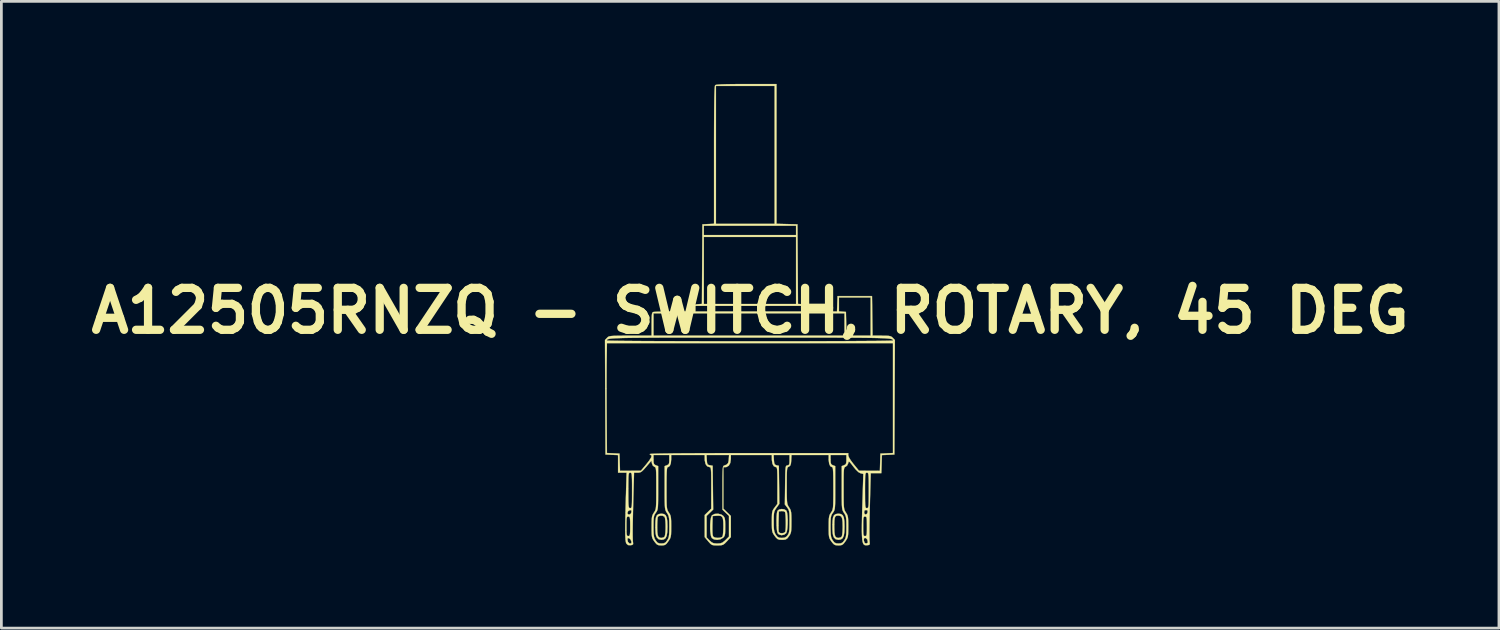
<source format=kicad_pcb>
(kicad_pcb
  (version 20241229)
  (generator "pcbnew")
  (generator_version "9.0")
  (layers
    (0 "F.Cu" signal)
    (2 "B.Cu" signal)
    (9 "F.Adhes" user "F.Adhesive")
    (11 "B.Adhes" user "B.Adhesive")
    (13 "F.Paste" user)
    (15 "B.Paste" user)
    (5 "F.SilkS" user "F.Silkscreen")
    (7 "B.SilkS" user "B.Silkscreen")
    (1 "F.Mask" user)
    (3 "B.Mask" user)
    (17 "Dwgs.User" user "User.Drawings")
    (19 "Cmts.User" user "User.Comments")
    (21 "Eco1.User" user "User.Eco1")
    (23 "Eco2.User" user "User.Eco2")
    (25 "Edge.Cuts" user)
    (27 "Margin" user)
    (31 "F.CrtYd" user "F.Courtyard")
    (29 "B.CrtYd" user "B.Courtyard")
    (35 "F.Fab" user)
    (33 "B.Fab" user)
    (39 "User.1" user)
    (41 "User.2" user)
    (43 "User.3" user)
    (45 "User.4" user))
  (footprint "A12505RNZQ - SWITCH, ROTARY, 45 DEG"
    (layer "F.Cu")
    (at 24.185 8.37)
    (property "Reference" "A12505RNZQ - SWITCH, ROTARY, 45 DEG" (at 0.025 -0.125 0) (layer "F.SilkS") (effects (font (size 1.524 1.524) (thickness 0.3))))
    (attr through_hole)
    (fp_poly (pts (xy 1.266 7.089) (xy 1.338 7.133) (xy 1.341 7.137) (xy 1.366 7.207) (xy 1.382 7.324) (xy 1.39 7.469) (xy 1.388 7.624) (xy 1.378 7.77) (xy 1.36 7.886) (xy 1.336 7.951) (xy 1.261 8.01) (xy 1.164 8.028) (xy 1.073 8.004) (xy 1.024 7.959) (xy 1.005 7.893) (xy 0.991 7.779) (xy 0.986 7.668) (xy 1.055 7.668) (xy 1.056 7.796) (xy 1.06 7.884) (xy 1.064 7.914) (xy 1.109 7.949) (xy 1.184 7.958) (xy 1.258 7.942) (xy 1.3 7.905) (xy 1.311 7.841) (xy 1.318 7.732) (xy 1.32 7.598) (xy 1.318 7.456) (xy 1.312 7.328) (xy 1.303 7.23) (xy 1.291 7.185) (xy 1.238 7.155) (xy 1.165 7.152) (xy 1.067 7.163) (xy 1.057 7.516) (xy 1.055 7.668) (xy 0.986 7.668) (xy 0.984 7.635) (xy 0.982 7.48) (xy 0.987 7.335) (xy 0.999 7.216) (xy 1.017 7.145) (xy 1.017 7.144) (xy 1.077 7.095) (xy 1.169 7.077) (xy 1.266 7.089)) (stroke (width 0.01) (type solid)) (fill yes) (layer "F.SilkS"))
    (fp_poly (pts (xy -3.104 7.261) (xy -3.044 7.306) (xy -3.006 7.392) (xy -2.986 7.528) (xy -2.98 7.713) (xy -2.987 7.91) (xy -3.008 8.048) (xy -3.049 8.136) (xy -3.112 8.182) (xy -3.2 8.196) (xy -3.301 8.175) (xy -3.366 8.112) (xy -3.394 8.048) (xy -3.411 7.952) (xy -3.419 7.809) (xy -3.42 7.735) (xy -3.353 7.735) (xy -3.349 7.906) (xy -3.335 8.021) (xy -3.306 8.089) (xy -3.258 8.121) (xy -3.2 8.128) (xy -3.123 8.11) (xy -3.089 8.087) (xy -3.069 8.033) (xy -3.055 7.931) (xy -3.048 7.799) (xy -3.048 7.657) (xy -3.054 7.524) (xy -3.067 7.418) (xy -3.086 7.358) (xy -3.089 7.356) (xy -3.156 7.322) (xy -3.24 7.318) (xy -3.31 7.342) (xy -3.332 7.369) (xy -3.341 7.425) (xy -3.348 7.531) (xy -3.352 7.667) (xy -3.353 7.735) (xy -3.42 7.735) (xy -3.421 7.694) (xy -3.416 7.51) (xy -3.398 7.383) (xy -3.362 7.304) (xy -3.303 7.262) (xy -3.216 7.248) (xy -3.191 7.247) (xy -3.104 7.261)) (stroke (width 0.01) (type solid)) (fill yes) (layer "F.SilkS"))
    (fp_poly (pts (xy 3.33 7.261) (xy 3.391 7.306) (xy 3.429 7.392) (xy 3.449 7.528) (xy 3.454 7.713) (xy 3.448 7.91) (xy 3.427 8.048) (xy 3.386 8.136) (xy 3.322 8.182) (xy 3.234 8.196) (xy 3.133 8.175) (xy 3.069 8.112) (xy 3.041 8.048) (xy 3.024 7.952) (xy 3.015 7.809) (xy 3.015 7.735) (xy 3.082 7.735) (xy 3.086 7.906) (xy 3.1 8.021) (xy 3.129 8.089) (xy 3.177 8.121) (xy 3.234 8.128) (xy 3.312 8.11) (xy 3.346 8.087) (xy 3.368 8.029) (xy 3.381 7.91) (xy 3.387 7.737) (xy 3.387 7.722) (xy 3.383 7.548) (xy 3.37 7.432) (xy 3.343 7.361) (xy 3.297 7.326) (xy 3.228 7.315) (xy 3.214 7.315) (xy 3.159 7.321) (xy 3.121 7.347) (xy 3.098 7.404) (xy 3.086 7.502) (xy 3.082 7.652) (xy 3.082 7.735) (xy 3.015 7.735) (xy 3.014 7.694) (xy 3.019 7.51) (xy 3.037 7.383) (xy 3.073 7.304) (xy 3.132 7.262) (xy 3.219 7.248) (xy 3.243 7.247) (xy 3.33 7.261)) (stroke (width 0.01) (type solid)) (fill yes) (layer "F.SilkS"))
    (fp_poly (pts (xy -1.024 7.278) (xy -0.954 7.326) (xy -0.919 7.371) (xy -0.897 7.425) (xy -0.886 7.506) (xy -0.881 7.629) (xy -0.881 7.726) (xy -0.882 7.879) (xy -0.888 7.98) (xy -0.903 8.046) (xy -0.929 8.091) (xy -0.959 8.122) (xy -1.056 8.177) (xy -1.175 8.197) (xy -1.289 8.181) (xy -1.366 8.134) (xy -1.397 8.065) (xy -1.417 7.948) (xy -1.422 7.876) (xy -1.348 7.876) (xy -1.339 8.009) (xy -1.32 8.078) (xy -1.318 8.081) (xy -1.255 8.114) (xy -1.159 8.127) (xy -1.06 8.119) (xy -0.991 8.089) (xy -0.989 8.087) (xy -0.967 8.029) (xy -0.954 7.91) (xy -0.948 7.736) (xy -0.948 7.719) (xy -0.951 7.545) (xy -0.965 7.429) (xy -0.996 7.359) (xy -1.049 7.326) (xy -1.133 7.319) (xy -1.191 7.322) (xy -1.338 7.332) (xy -1.347 7.683) (xy -1.348 7.876) (xy -1.422 7.876) (xy -1.427 7.804) (xy -1.427 7.65) (xy -1.417 7.504) (xy -1.397 7.385) (xy -1.367 7.311) (xy -1.36 7.304) (xy -1.263 7.256) (xy -1.141 7.248) (xy -1.024 7.278)) (stroke (width 0.01) (type solid)) (fill yes) (layer "F.SilkS"))
    (fp_poly (pts (xy 0.982 -3.287) (xy 1.744 -3.268) (xy 1.753 -1.822) (xy 1.762 -0.376) (xy 1.905 -0.366) (xy 1.996 -0.356) (xy 2.039 -0.33) (xy 2.055 -0.271) (xy 2.059 -0.229) (xy 2.07 -0.102) (xy 3.181 -0.102) (xy 3.191 -0.381) (xy 3.199 -0.61) (xy 3.251 -0.61) (xy 3.251 -0.106) (xy 3.505 -0.085) (xy 3.515 0.347) (xy 3.524 0.779) (xy 4.403 0.779) (xy 4.403 -0.61) (xy 3.251 -0.61) (xy 3.199 -0.61) (xy 3.2 -0.66) (xy 4.453 -0.66) (xy 4.463 0.059) (xy 4.472 0.779) (xy 4.804 0.779) (xy 4.959 0.78) (xy 5.062 0.786) (xy 5.129 0.8) (xy 5.175 0.825) (xy 5.21 0.858) (xy 5.284 0.936) (xy 5.275 3.017) (xy 5.266 5.097) (xy 5.039 5.107) (xy 4.811 5.117) (xy 4.802 5.446) (xy 4.792 5.774) (xy 4.6 5.774) (xy 4.407 5.773) (xy 4.386 6.502) (xy 4.375 6.938) (xy 4.366 7.317) (xy 4.36 7.639) (xy 4.358 7.899) (xy 4.359 8.098) (xy 4.363 8.233) (xy 4.369 8.297) (xy 4.372 8.357) (xy 4.336 8.384) (xy 4.281 8.392) (xy 4.233 8.395) (xy 4.192 8.389) (xy 4.159 8.369) (xy 4.132 8.331) (xy 4.112 8.268) (xy 4.101 8.2) (xy 4.155 8.2) (xy 4.158 8.23) (xy 4.185 8.308) (xy 4.237 8.331) (xy 4.29 8.31) (xy 4.301 8.283) (xy 4.282 8.187) (xy 4.231 8.134) (xy 4.202 8.128) (xy 4.162 8.143) (xy 4.155 8.2) (xy 4.101 8.2) (xy 4.097 8.176) (xy 4.088 8.05) (xy 4.084 7.884) (xy 4.085 7.705) (xy 4.132 7.705) (xy 4.133 7.863) (xy 4.137 7.966) (xy 4.146 8.025) (xy 4.164 8.053) (xy 4.191 8.06) (xy 4.199 8.06) (xy 4.23 8.056) (xy 4.249 8.034) (xy 4.261 7.984) (xy 4.266 7.893) (xy 4.267 7.749) (xy 4.267 7.705) (xy 4.266 7.546) (xy 4.262 7.443) (xy 4.253 7.384) (xy 4.235 7.357) (xy 4.208 7.349) (xy 4.199 7.349) (xy 4.169 7.354) (xy 4.15 7.375) (xy 4.138 7.425) (xy 4.133 7.516) (xy 4.132 7.66) (xy 4.132 7.705) (xy 4.085 7.705) (xy 4.085 7.674) (xy 4.089 7.413) (xy 4.095 7.199) (xy 4.166 7.199) (xy 4.185 7.262) (xy 4.228 7.277) (xy 4.273 7.246) (xy 4.295 7.188) (xy 4.288 7.128) (xy 4.236 7.112) (xy 4.236 7.112) (xy 4.182 7.13) (xy 4.166 7.195) (xy 4.166 7.199) (xy 4.095 7.199) (xy 4.097 7.098) (xy 4.109 6.723) (xy 4.115 6.533) (xy 4.119 6.401) (xy 4.199 6.401) (xy 4.2 6.624) (xy 4.201 6.789) (xy 4.205 6.904) (xy 4.212 6.978) (xy 4.222 7.02) (xy 4.238 7.039) (xy 4.26 7.044) (xy 4.267 7.044) (xy 4.291 7.041) (xy 4.308 7.027) (xy 4.32 6.992) (xy 4.328 6.928) (xy 4.332 6.826) (xy 4.334 6.676) (xy 4.335 6.47) (xy 4.335 6.401) (xy 4.335 6.177) (xy 4.333 6.013) (xy 4.329 5.898) (xy 4.323 5.824) (xy 4.312 5.782) (xy 4.296 5.763) (xy 4.274 5.757) (xy 4.267 5.757) (xy 4.244 5.76) (xy 4.226 5.774) (xy 4.214 5.809) (xy 4.206 5.873) (xy 4.202 5.976) (xy 4.2 6.126) (xy 4.199 6.332) (xy 4.199 6.401) (xy 4.119 6.401) (xy 4.137 5.801) (xy 4.041 5.78) (xy 3.96 5.737) (xy 3.859 5.639) (xy 3.776 5.537) (xy 3.693 5.429) (xy 3.642 5.37) (xy 3.613 5.352) (xy 3.598 5.37) (xy 3.59 5.409) (xy 3.549 5.495) (xy 3.497 5.537) (xy 3.472 5.549) (xy 3.453 5.568) (xy 3.44 5.601) (xy 3.431 5.658) (xy 3.425 5.746) (xy 3.422 5.875) (xy 3.421 6.054) (xy 3.421 6.291) (xy 3.421 6.326) (xy 3.421 6.571) (xy 3.422 6.758) (xy 3.425 6.896) (xy 3.431 6.996) (xy 3.441 7.067) (xy 3.455 7.118) (xy 3.475 7.16) (xy 3.502 7.201) (xy 3.505 7.206) (xy 3.542 7.266) (xy 3.567 7.326) (xy 3.581 7.401) (xy 3.588 7.508) (xy 3.59 7.662) (xy 3.59 7.715) (xy 3.589 7.883) (xy 3.584 7.999) (xy 3.573 8.081) (xy 3.551 8.144) (xy 3.516 8.205) (xy 3.487 8.249) (xy 3.421 8.337) (xy 3.366 8.381) (xy 3.297 8.397) (xy 3.233 8.399) (xy 3.138 8.393) (xy 3.075 8.367) (xy 3.015 8.305) (xy 2.98 8.258) (xy 2.937 8.195) (xy 2.908 8.139) (xy 2.891 8.074) (xy 2.882 7.984) (xy 2.879 7.854) (xy 2.879 7.724) (xy 2.88 7.552) (xy 2.885 7.432) (xy 2.896 7.349) (xy 2.916 7.286) (xy 2.948 7.229) (xy 2.963 7.206) (xy 2.991 7.165) (xy 3.011 7.124) (xy 3.026 7.075) (xy 3.037 7.007) (xy 3.043 6.912) (xy 3.046 6.779) (xy 3.048 6.6) (xy 3.048 6.364) (xy 3.048 6.318) (xy 3.047 6.067) (xy 3.045 5.877) (xy 3.041 5.739) (xy 3.035 5.645) (xy 3.026 5.588) (xy 3.013 5.561) (xy 2.998 5.554) (xy 2.938 5.523) (xy 2.897 5.434) (xy 2.879 5.297) (xy 2.879 5.268) (xy 2.879 5.114) (xy 2.946 5.114) (xy 2.946 5.284) (xy 2.95 5.388) (xy 2.969 5.446) (xy 3.009 5.477) (xy 3.031 5.486) (xy 3.116 5.519) (xy 3.116 6.309) (xy 3.116 6.56) (xy 3.115 6.752) (xy 3.112 6.896) (xy 3.106 6.999) (xy 3.098 7.072) (xy 3.084 7.123) (xy 3.066 7.163) (xy 3.042 7.199) (xy 3.031 7.214) (xy 2.994 7.269) (xy 2.97 7.324) (xy 2.955 7.396) (xy 2.949 7.5) (xy 2.946 7.65) (xy 2.946 7.712) (xy 2.948 7.884) (xy 2.954 8.004) (xy 2.966 8.089) (xy 2.988 8.153) (xy 3.022 8.212) (xy 3.023 8.213) (xy 3.083 8.291) (xy 3.148 8.324) (xy 3.234 8.33) (xy 3.329 8.322) (xy 3.392 8.284) (xy 3.446 8.213) (xy 3.48 8.153) (xy 3.502 8.088) (xy 3.515 8.002) (xy 3.521 7.88) (xy 3.522 7.72) (xy 3.521 7.552) (xy 3.515 7.436) (xy 3.503 7.354) (xy 3.48 7.292) (xy 3.445 7.233) (xy 3.437 7.221) (xy 3.411 7.18) (xy 3.39 7.14) (xy 3.375 7.091) (xy 3.365 7.025) (xy 3.358 6.932) (xy 3.355 6.802) (xy 3.353 6.626) (xy 3.353 6.395) (xy 3.353 6.307) (xy 3.353 5.519) (xy 3.437 5.486) (xy 3.488 5.459) (xy 3.514 5.413) (xy 3.522 5.328) (xy 3.522 5.284) (xy 3.522 5.114) (xy 2.946 5.114) (xy 2.879 5.114) (xy 1.527 5.114) (xy 1.517 5.309) (xy 1.507 5.424) (xy 1.487 5.49) (xy 1.451 5.527) (xy 1.431 5.537) (xy 1.405 5.55) (xy 1.385 5.57) (xy 1.372 5.606) (xy 1.363 5.668) (xy 1.358 5.764) (xy 1.355 5.904) (xy 1.355 6.097) (xy 1.355 6.232) (xy 1.355 6.459) (xy 1.357 6.63) (xy 1.361 6.754) (xy 1.368 6.841) (xy 1.38 6.904) (xy 1.399 6.951) (xy 1.424 6.994) (xy 1.439 7.018) (xy 1.476 7.076) (xy 1.5 7.135) (xy 1.514 7.208) (xy 1.522 7.312) (xy 1.524 7.462) (xy 1.524 7.54) (xy 1.523 7.713) (xy 1.518 7.833) (xy 1.508 7.916) (xy 1.488 7.978) (xy 1.456 8.035) (xy 1.435 8.067) (xy 1.373 8.146) (xy 1.315 8.184) (xy 1.231 8.195) (xy 1.184 8.196) (xy 1.084 8.191) (xy 1.019 8.167) (xy 0.96 8.11) (xy 0.917 8.054) (xy 0.872 7.989) (xy 0.842 7.932) (xy 0.824 7.866) (xy 0.816 7.775) (xy 0.813 7.643) (xy 0.813 7.535) (xy 0.814 7.369) (xy 0.818 7.255) (xy 0.83 7.176) (xy 0.851 7.117) (xy 0.886 7.061) (xy 0.913 7.025) (xy 1.014 6.892) (xy 1.015 6.223) (xy 1.015 5.993) (xy 1.013 5.822) (xy 1.009 5.702) (xy 1.002 5.623) (xy 0.992 5.578) (xy 0.977 5.558) (xy 0.96 5.554) (xy 0.886 5.523) (xy 0.836 5.435) (xy 0.814 5.299) (xy 0.814 5.275) (xy 0.813 5.114) (xy 0.877 5.114) (xy 0.887 5.29) (xy 0.897 5.396) (xy 0.917 5.452) (xy 0.956 5.479) (xy 0.982 5.487) (xy 1.067 5.506) (xy 1.076 6.198) (xy 1.085 6.889) (xy 0.983 7.031) (xy 0.937 7.098) (xy 0.908 7.158) (xy 0.891 7.228) (xy 0.883 7.324) (xy 0.881 7.465) (xy 0.881 7.533) (xy 0.882 7.7) (xy 0.889 7.816) (xy 0.904 7.898) (xy 0.929 7.962) (xy 0.957 8.01) (xy 1.016 8.087) (xy 1.08 8.12) (xy 1.175 8.128) (xy 1.276 8.119) (xy 1.342 8.082) (xy 1.386 8.03) (xy 1.417 7.979) (xy 1.437 7.919) (xy 1.449 7.836) (xy 1.455 7.714) (xy 1.456 7.54) (xy 1.456 7.533) (xy 1.455 7.361) (xy 1.451 7.242) (xy 1.44 7.16) (xy 1.421 7.101) (xy 1.391 7.051) (xy 1.371 7.023) (xy 1.286 6.912) (xy 1.295 6.207) (xy 1.298 5.972) (xy 1.301 5.796) (xy 1.306 5.671) (xy 1.313 5.587) (xy 1.323 5.535) (xy 1.338 5.508) (xy 1.358 5.497) (xy 1.38 5.493) (xy 1.424 5.479) (xy 1.447 5.443) (xy 1.455 5.368) (xy 1.456 5.298) (xy 1.456 5.114) (xy 0.877 5.114) (xy 0.813 5.114) (xy -0.677 5.114) (xy -0.677 5.259) (xy -0.697 5.401) (xy -0.751 5.501) (xy -0.834 5.551) (xy -0.866 5.554) (xy -0.948 5.554) (xy -0.948 7.064) (xy -0.813 7.197) (xy -0.677 7.329) (xy -0.677 8.096) (xy -0.817 8.247) (xy -0.898 8.331) (xy -0.961 8.376) (xy -1.034 8.395) (xy -1.143 8.399) (xy -1.166 8.399) (xy -1.282 8.397) (xy -1.357 8.382) (xy -1.415 8.344) (xy -1.482 8.27) (xy -1.5 8.249) (xy -1.626 8.098) (xy -1.626 7.696) (xy -1.626 7.295) (xy -1.507 7.18) (xy -1.389 7.065) (xy -1.389 6.309) (xy -1.389 6.064) (xy -1.39 5.879) (xy -1.393 5.745) (xy -1.399 5.653) (xy -1.407 5.597) (xy -1.42 5.567) (xy -1.436 5.556) (xy -1.451 5.554) (xy -1.538 5.524) (xy -1.598 5.438) (xy -1.625 5.306) (xy -1.626 5.272) (xy -1.626 5.114) (xy -1.561 5.114) (xy -1.551 5.291) (xy -1.542 5.396) (xy -1.524 5.451) (xy -1.486 5.476) (xy -1.439 5.487) (xy -1.338 5.504) (xy -1.329 6.301) (xy -1.32 7.098) (xy -1.439 7.213) (xy -1.558 7.328) (xy -1.558 8.108) (xy -1.45 8.22) (xy -1.372 8.289) (xy -1.297 8.322) (xy -1.192 8.331) (xy -1.172 8.331) (xy -1.062 8.325) (xy -0.984 8.298) (xy -0.904 8.235) (xy -0.873 8.206) (xy -0.745 8.08) (xy -0.745 7.328) (xy -0.864 7.214) (xy -0.982 7.099) (xy -0.982 6.308) (xy -0.982 6.056) (xy -0.98 5.863) (xy -0.977 5.722) (xy -0.972 5.623) (xy -0.963 5.56) (xy -0.951 5.523) (xy -0.935 5.505) (xy -0.923 5.5) (xy -0.827 5.461) (xy -0.776 5.405) (xy -0.755 5.311) (xy -0.752 5.271) (xy -0.741 5.114) (xy -1.561 5.114) (xy -1.626 5.114) (xy -2.845 5.114) (xy -2.845 5.268) (xy -2.858 5.413) (xy -2.895 5.511) (xy -2.952 5.553) (xy -2.965 5.554) (xy -2.981 5.563) (xy -2.993 5.594) (xy -3.002 5.655) (xy -3.008 5.754) (xy -3.012 5.899) (xy -3.014 6.097) (xy -3.014 6.318) (xy -3.014 6.564) (xy -3.013 6.753) (xy -3.01 6.892) (xy -3.004 6.993) (xy -2.994 7.065) (xy -2.98 7.116) (xy -2.961 7.158) (xy -2.935 7.199) (xy -2.929 7.206) (xy -2.892 7.266) (xy -2.868 7.326) (xy -2.854 7.401) (xy -2.847 7.508) (xy -2.845 7.662) (xy -2.845 7.715) (xy -2.846 7.883) (xy -2.85 7.999) (xy -2.862 8.081) (xy -2.883 8.144) (xy -2.918 8.205) (xy -2.948 8.249) (xy -3.013 8.337) (xy -3.068 8.381) (xy -3.137 8.397) (xy -3.202 8.399) (xy -3.296 8.393) (xy -3.36 8.367) (xy -3.419 8.305) (xy -3.454 8.258) (xy -3.498 8.195) (xy -3.527 8.139) (xy -3.544 8.074) (xy -3.553 7.984) (xy -3.556 7.854) (xy -3.556 7.724) (xy -3.555 7.552) (xy -3.55 7.432) (xy -3.539 7.349) (xy -3.518 7.286) (xy -3.486 7.229) (xy -3.471 7.206) (xy -3.444 7.164) (xy -3.423 7.124) (xy -3.408 7.074) (xy -3.398 7.007) (xy -3.392 6.911) (xy -3.388 6.778) (xy -3.387 6.598) (xy -3.387 6.361) (xy -3.387 6.322) (xy -3.387 6.076) (xy -3.388 5.89) (xy -3.391 5.754) (xy -3.396 5.661) (xy -3.405 5.602) (xy -3.418 5.568) (xy -3.435 5.552) (xy -3.455 5.544) (xy -3.515 5.496) (xy -3.543 5.424) (xy -3.564 5.321) (xy -3.75 5.539) (xy -3.845 5.647) (xy -3.914 5.712) (xy -3.971 5.745) (xy -4.032 5.756) (xy -4.066 5.757) (xy -4.195 5.757) (xy -4.216 6.511) (xy -4.227 6.94) (xy -4.235 7.305) (xy -4.241 7.608) (xy -4.244 7.853) (xy -4.244 8.041) (xy -4.241 8.177) (xy -4.236 8.262) (xy -4.233 8.28) (xy -4.228 8.351) (xy -4.258 8.382) (xy -4.324 8.392) (xy -4.412 8.387) (xy -4.467 8.34) (xy -4.476 8.325) (xy -4.49 8.286) (xy -4.501 8.223) (xy -4.505 8.174) (xy -4.437 8.174) (xy -4.417 8.272) (xy -4.364 8.326) (xy -4.334 8.331) (xy -4.293 8.319) (xy -4.29 8.272) (xy -4.298 8.238) (xy -4.331 8.174) (xy -4.378 8.136) (xy -4.419 8.134) (xy -4.437 8.174) (xy -4.505 8.174) (xy -4.509 8.129) (xy -4.514 8) (xy -4.515 7.831) (xy -4.514 7.705) (xy -4.47 7.705) (xy -4.47 7.863) (xy -4.465 7.966) (xy -4.456 8.025) (xy -4.439 8.053) (xy -4.411 8.06) (xy -4.403 8.06) (xy -4.372 8.056) (xy -4.353 8.034) (xy -4.342 7.984) (xy -4.336 7.893) (xy -4.335 7.749) (xy -4.335 7.705) (xy -4.336 7.546) (xy -4.34 7.443) (xy -4.349 7.384) (xy -4.367 7.357) (xy -4.394 7.349) (xy -4.403 7.349) (xy -4.433 7.354) (xy -4.452 7.375) (xy -4.464 7.425) (xy -4.469 7.516) (xy -4.47 7.66) (xy -4.47 7.705) (xy -4.514 7.705) (xy -4.514 7.616) (xy -4.509 7.351) (xy -4.505 7.202) (xy -4.433 7.202) (xy -4.427 7.254) (xy -4.383 7.281) (xy -4.375 7.281) (xy -4.315 7.252) (xy -4.292 7.195) (xy -4.289 7.133) (xy -4.322 7.116) (xy -4.348 7.119) (xy -4.405 7.149) (xy -4.433 7.202) (xy -4.505 7.202) (xy -4.501 7.029) (xy -4.491 6.646) (xy -4.487 6.528) (xy -4.484 6.401) (xy -4.403 6.401) (xy -4.402 6.624) (xy -4.401 6.789) (xy -4.397 6.904) (xy -4.39 6.978) (xy -4.38 7.02) (xy -4.364 7.039) (xy -4.342 7.044) (xy -4.335 7.044) (xy -4.311 7.041) (xy -4.294 7.027) (xy -4.282 6.992) (xy -4.274 6.928) (xy -4.27 6.826) (xy -4.268 6.676) (xy -4.267 6.47) (xy -4.267 6.401) (xy -4.267 6.177) (xy -4.269 6.013) (xy -4.273 5.898) (xy -4.279 5.824) (xy -4.29 5.782) (xy -4.306 5.763) (xy -4.328 5.757) (xy -4.335 5.757) (xy -4.358 5.76) (xy -4.376 5.774) (xy -4.388 5.809) (xy -4.396 5.873) (xy -4.4 5.976) (xy -4.402 6.126) (xy -4.403 6.332) (xy -4.403 6.401) (xy -4.484 6.401) (xy -4.465 5.757) (xy -4.775 5.757) (xy -4.775 5.117) (xy -5.004 5.107) (xy -5.232 5.097) (xy -5.241 3.017) (xy -5.244 2.385) (xy -5.193 2.385) (xy -5.193 2.696) (xy -5.192 3.025) (xy -5.191 3.361) (xy -5.189 3.681) (xy -5.18 5.043) (xy -4.952 5.053) (xy -4.724 5.063) (xy -4.715 5.376) (xy -4.705 5.69) (xy -3.945 5.685) (xy -3.751 5.454) (xy -3.639 5.311) (xy -3.573 5.205) (xy -3.556 5.138) (xy -3.587 5.114) (xy -3.59 5.114) (xy -3.488 5.114) (xy -3.488 5.284) (xy -3.484 5.388) (xy -3.466 5.446) (xy -3.425 5.477) (xy -3.404 5.486) (xy -3.319 5.519) (xy -3.319 6.309) (xy -3.319 6.56) (xy -3.32 6.752) (xy -3.323 6.896) (xy -3.328 6.999) (xy -3.337 7.072) (xy -3.35 7.123) (xy -3.369 7.163) (xy -3.393 7.199) (xy -3.404 7.214) (xy -3.441 7.269) (xy -3.465 7.324) (xy -3.479 7.396) (xy -3.486 7.5) (xy -3.488 7.65) (xy -3.488 7.712) (xy -3.487 7.884) (xy -3.481 8.004) (xy -3.468 8.089) (xy -3.446 8.153) (xy -3.413 8.212) (xy -3.412 8.213) (xy -3.352 8.291) (xy -3.287 8.324) (xy -3.2 8.33) (xy -3.105 8.322) (xy -3.043 8.284) (xy -2.989 8.213) (xy -2.955 8.153) (xy -2.932 8.088) (xy -2.92 8.002) (xy -2.914 7.88) (xy -2.913 7.72) (xy -2.914 7.552) (xy -2.919 7.436) (xy -2.932 7.354) (xy -2.954 7.292) (xy -2.989 7.233) (xy -2.997 7.221) (xy -3.024 7.18) (xy -3.045 7.14) (xy -3.06 7.091) (xy -3.07 7.025) (xy -3.076 6.932) (xy -3.08 6.802) (xy -3.082 6.626) (xy -3.082 6.395) (xy -3.082 6.307) (xy -3.082 5.519) (xy -2.997 5.486) (xy -2.946 5.459) (xy -2.921 5.413) (xy -2.913 5.328) (xy -2.913 5.284) (xy -2.913 5.114) (xy -3.488 5.114) (xy -3.59 5.114) (xy -3.623 5.088) (xy -3.624 5.08) (xy -3.59 5.074) (xy -3.489 5.068) (xy -3.321 5.063) (xy -3.086 5.059) (xy -2.785 5.055) (xy -2.418 5.052) (xy -1.985 5.05) (xy -1.487 5.048) (xy -0.924 5.047) (xy -0.297 5.046) (xy -0.017 5.046) (xy 3.59 5.046) (xy 3.59 5.127) (xy 3.612 5.196) (xy 3.675 5.301) (xy 3.77 5.429) (xy 3.785 5.447) (xy 3.979 5.686) (xy 4.359 5.688) (xy 4.739 5.69) (xy 4.749 5.376) (xy 4.758 5.063) (xy 5.215 5.043) (xy 5.215 1.05) (xy -5.18 1.05) (xy -5.189 1.685) (xy -5.191 1.867) (xy -5.192 2.104) (xy -5.193 2.385) (xy -5.244 2.385) (xy -5.25 0.955) (xy -5.182 0.955) (xy -5.148 0.958) (xy -5.051 0.961) (xy -4.893 0.964) (xy -4.679 0.967) (xy -4.411 0.969) (xy -4.094 0.972) (xy -3.731 0.974) (xy -3.326 0.976) (xy -2.883 0.977) (xy -2.405 0.979) (xy -1.896 0.98) (xy -1.359 0.981) (xy -0.798 0.982) (xy -0.217 0.982) (xy 0.017 0.982) (xy 0.605 0.982) (xy 1.174 0.981) (xy 1.72 0.981) (xy 2.241 0.98) (xy 2.732 0.978) (xy 3.189 0.976) (xy 3.61 0.975) (xy 3.99 0.972) (xy 4.325 0.97) (xy 4.613 0.968) (xy 4.849 0.965) (xy 5.03 0.962) (xy 5.151 0.959) (xy 5.21 0.956) (xy 5.215 0.955) (xy 5.215 0.941) (xy 5.21 0.927) (xy 5.198 0.916) (xy 5.176 0.905) (xy 5.14 0.896) (xy 5.088 0.887) (xy 5.017 0.88) (xy 4.922 0.873) (xy 4.802 0.868) (xy 4.652 0.863) (xy 4.47 0.859) (xy 4.252 0.856) (xy 3.996 0.853) (xy 3.698 0.851) (xy 3.356 0.85) (xy 2.965 0.848) (xy 2.523 0.848) (xy 2.026 0.847) (xy 1.472 0.847) (xy 0.857 0.847) (xy 0.178 0.847) (xy 0.017 0.847) (xy -0.677 0.847) (xy -1.305 0.847) (xy -1.873 0.847) (xy -2.382 0.847) (xy -2.836 0.848) (xy -3.238 0.849) (xy -3.592 0.851) (xy -3.899 0.853) (xy -4.164 0.855) (xy -4.39 0.858) (xy -4.58 0.862) (xy -4.737 0.867) (xy -4.864 0.872) (xy -4.964 0.878) (xy -5.04 0.885) (xy -5.096 0.894) (xy -5.135 0.903) (xy -5.16 0.913) (xy -5.174 0.925) (xy -5.18 0.938) (xy -5.182 0.952) (xy -5.182 0.955) (xy -5.25 0.955) (xy -5.25 0.936) (xy -5.176 0.858) (xy -5.151 0.832) (xy -5.122 0.813) (xy -5.081 0.799) (xy -5.019 0.79) (xy -4.927 0.784) (xy -4.796 0.781) (xy -4.616 0.779) (xy -4.38 0.779) (xy -4.329 0.779) (xy -3.556 0.779) (xy -3.556 0.359) (xy -3.555 0.18) (xy -3.55 0.057) (xy -3.541 -0.021) (xy -3.536 -0.034) (xy -3.488 -0.034) (xy -3.488 0.779) (xy 3.454 0.779) (xy 3.454 -0.034) (xy -3.488 -0.034) (xy -3.536 -0.034) (xy -3.525 -0.063) (xy -3.502 -0.081) (xy -3.454 -0.087) (xy -3.348 -0.093) (xy -3.197 -0.097) (xy -3.01 -0.1) (xy -2.8 -0.102) (xy -2.742 -0.102) (xy -2.036 -0.102) (xy -2.026 -0.229) (xy -2.015 -0.305) (xy -1.964 -0.305) (xy -1.964 -0.102) (xy 1.998 -0.102) (xy 1.998 -0.305) (xy -1.964 -0.305) (xy -2.015 -0.305) (xy -2.015 -0.309) (xy -1.986 -0.347) (xy -1.92 -0.362) (xy -1.871 -0.366) (xy -1.728 -0.376) (xy -1.719 -1.822) (xy -1.713 -2.811) (xy -1.659 -2.811) (xy -1.659 -0.373) (xy 1.693 -0.373) (xy 1.693 -2.811) (xy -1.659 -2.811) (xy -1.713 -2.811) (xy -1.711 -3.217) (xy -1.659 -3.217) (xy -1.659 -2.879) (xy 1.693 -2.879) (xy 1.693 -3.217) (xy -1.659 -3.217) (xy -1.711 -3.217) (xy -1.71 -3.268) (xy -1.499 -3.278) (xy -1.287 -3.288) (xy -1.287 -5.786) (xy -1.287 -6.286) (xy -1.286 -6.721) (xy -1.284 -7.096) (xy -1.282 -7.414) (xy -1.279 -7.677) (xy -1.276 -7.891) (xy -1.271 -8.057) (xy -1.266 -8.181) (xy -1.259 -8.264) (xy -1.254 -8.297) (xy -1.219 -8.297) (xy -1.219 -3.285) (xy 0.914 -3.285) (xy 0.914 -8.297) (xy -1.219 -8.297) (xy -1.254 -8.297) (xy -1.252 -8.311) (xy -1.246 -8.324) (xy -1.214 -8.337) (xy -1.141 -8.346) (xy -1.023 -8.354) (xy -0.854 -8.359) (xy -0.631 -8.363) (xy -0.348 -8.365) (xy -0.112 -8.365) (xy 0.982 -8.365) (xy 0.982 -3.287)) (stroke (width 0.01) (type solid)) (fill yes) (layer "F.SilkS")))
  (gr_rect
    (start -3 -3)
    (end 51.42 19.774)
    (stroke (width 0.1) (type default))
    (fill no)
    (layer "Edge.Cuts")))
</source>
